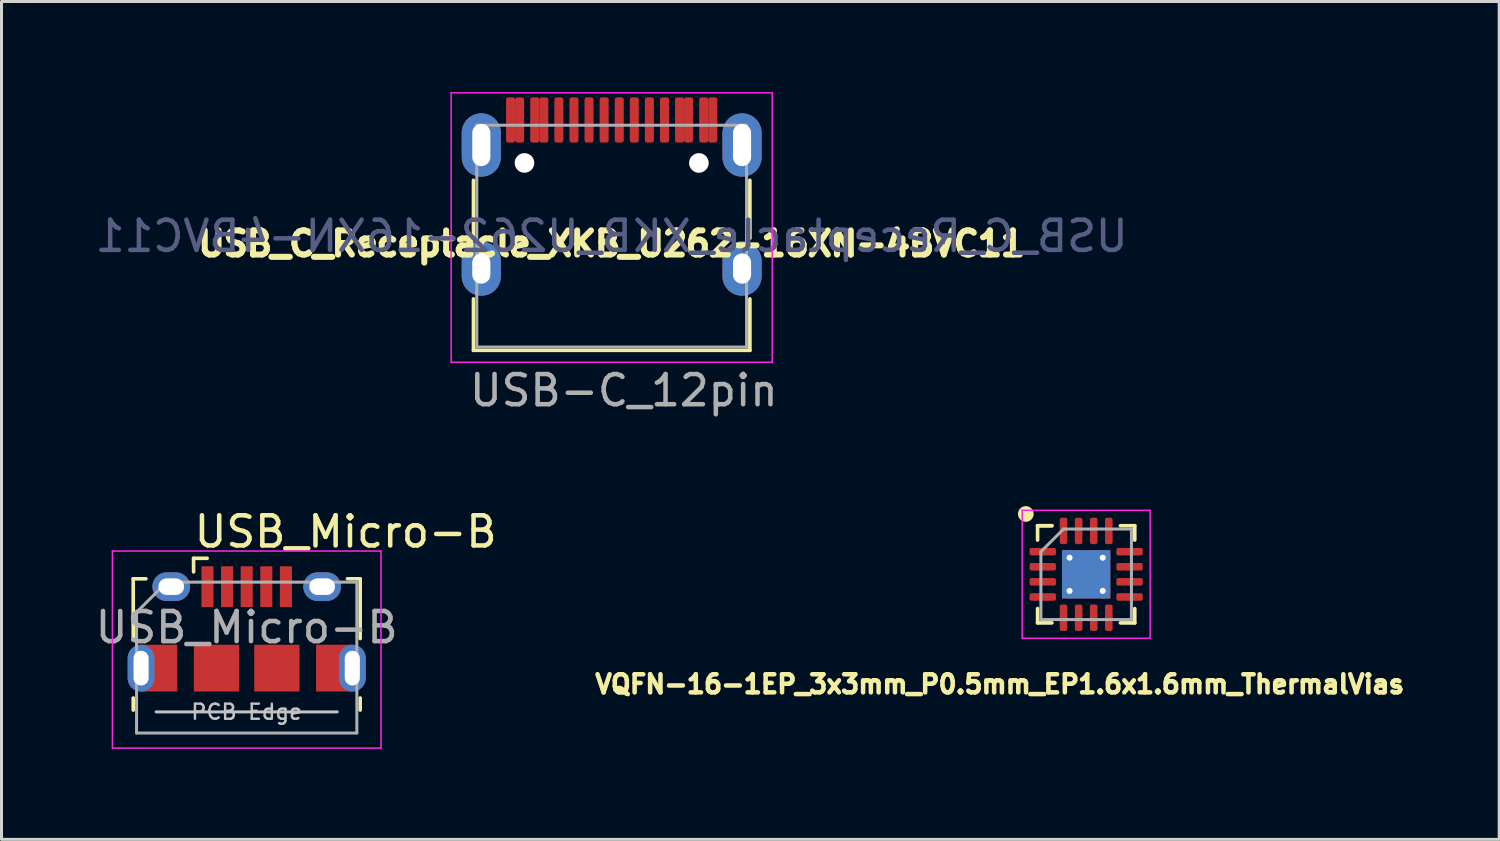
<source format=kicad_pcb>
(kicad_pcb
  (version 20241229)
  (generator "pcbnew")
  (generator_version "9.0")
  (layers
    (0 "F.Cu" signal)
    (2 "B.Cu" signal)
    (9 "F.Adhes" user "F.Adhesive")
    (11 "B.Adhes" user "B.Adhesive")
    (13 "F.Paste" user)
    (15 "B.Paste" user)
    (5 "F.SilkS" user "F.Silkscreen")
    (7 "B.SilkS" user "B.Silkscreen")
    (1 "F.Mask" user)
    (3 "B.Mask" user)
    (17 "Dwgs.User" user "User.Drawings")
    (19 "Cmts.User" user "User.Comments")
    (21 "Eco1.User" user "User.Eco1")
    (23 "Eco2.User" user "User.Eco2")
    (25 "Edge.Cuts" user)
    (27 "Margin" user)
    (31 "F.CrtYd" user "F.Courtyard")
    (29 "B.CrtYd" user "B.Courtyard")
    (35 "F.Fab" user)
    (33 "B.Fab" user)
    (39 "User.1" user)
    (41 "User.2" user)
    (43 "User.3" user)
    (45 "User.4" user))
  (footprint "USB_C_Receptacle_XKB_U262-16XN-4BVC11"
    (layer "F.Cu")
    (at 17.22 4.775)
    (property "Reference" "USB_C_Receptacle_XKB_U262-16XN-4BVC11" (at 0 0.25 180) (layer "F.SilkS") (effects (font (size 0.8 0.8) (thickness 0.3))))
    (attr smd)
    (fp_line (start -4.58 -1.85) (end -4.58 0.07) (stroke (width 0.12) (type solid)) (layer "F.SilkS"))
    (fp_line (start -4.58 3.785) (end -4.58 2.08) (stroke (width 0.12) (type solid)) (layer "F.SilkS"))
    (fp_line (start 4.58 0.07) (end 4.58 -1.85) (stroke (width 0.12) (type solid)) (layer "F.SilkS"))
    (fp_line (start 4.58 2.08) (end 4.58 3.785) (stroke (width 0.12) (type solid)) (layer "F.SilkS"))
    (fp_line (start 4.58 3.785) (end -4.58 3.785) (stroke (width 0.12) (type solid)) (layer "F.SilkS"))
    (fp_line (start -5.32 -4.75) (end 5.32 -4.75) (stroke (width 0.05) (type solid)) (layer "F.CrtYd"))
    (fp_line (start -5.32 4.18) (end -5.32 -4.75) (stroke (width 0.05) (type solid)) (layer "F.CrtYd"))
    (fp_line (start 5.32 -4.75) (end 5.32 4.18) (stroke (width 0.05) (type solid)) (layer "F.CrtYd"))
    (fp_line (start 5.32 4.18) (end -5.32 4.18) (stroke (width 0.05) (type solid)) (layer "F.CrtYd"))
    (fp_line (start -4.47 -3.675) (end -4.47 3.675) (stroke (width 0.1) (type solid)) (layer "F.Fab"))
    (fp_line (start -4.47 -3.675) (end 4.47 -3.675) (stroke (width 0.1) (type solid)) (layer "F.Fab"))
    (fp_line (start -4.47 3.675) (end 4.47 3.675) (stroke (width 0.1) (type solid)) (layer "F.Fab"))
    (fp_line (start 4.47 3.675) (end 4.47 -3.675) (stroke (width 0.1) (type solid)) (layer "F.Fab"))
    (fp_text user "${REFERENCE}" (at 0 0 180) (layer "B.Fab") (effects (font (size 1 1) (thickness 0.15)) (justify mirror)))
    (fp_text user "USB-C_12pin" (at -4.79 5.7 0) (unlocked yes) (layer "F.Fab") (effects (font (size 1 1) (thickness 0.15)) (justify left bottom)))
    (pad "" np_thru_hole circle (at -2.89 -2.425) (size 0.65 0.65) (drill 0.65) (layers "*.Cu" "*.Mask"))
    (pad "" np_thru_hole circle (at 2.89 -2.425) (size 0.65 0.65) (drill 0.65) (layers "*.Cu" "*.Mask"))
    (pad "A1" smd roundrect (at -3.35 -3.85) (size 0.3 1.5) (layers "F.Cu" "F.Mask" "F.Paste") (roundrect_rratio 0.25))
    (pad "A4" smd roundrect (at -2.55 -3.85) (size 0.3 1.5) (layers "F.Cu" "F.Mask" "F.Paste") (roundrect_rratio 0.25))
    (pad "A5" smd roundrect (at -1.25 -3.85) (size 0.3 1.5) (layers "F.Cu" "F.Mask" "F.Paste") (roundrect_rratio 0.25))
    (pad "A6" smd roundrect (at -0.25 -3.85) (size 0.3 1.5) (layers "F.Cu" "F.Mask" "F.Paste") (roundrect_rratio 0.25))
    (pad "A7" smd roundrect (at 0.25 -3.85) (size 0.3 1.5) (layers "F.Cu" "F.Mask" "F.Paste") (roundrect_rratio 0.25))
    (pad "A8" smd roundrect (at 1.25 -3.85) (size 0.3 1.5) (layers "F.Cu" "F.Mask" "F.Paste") (roundrect_rratio 0.25))
    (pad "A9" smd roundrect (at 2.55 -3.85) (size 0.3 1.5) (layers "F.Cu" "F.Mask" "F.Paste") (roundrect_rratio 0.25))
    (pad "A12" smd roundrect (at 3.35 -3.85) (size 0.3 1.5) (layers "F.Cu" "F.Mask" "F.Paste") (roundrect_rratio 0.25))
    (pad "B1" smd roundrect (at 3.05 -3.85) (size 0.3 1.5) (layers "F.Cu" "F.Mask" "F.Paste") (roundrect_rratio 0.25))
    (pad "B4" smd roundrect (at 2.25 -3.85) (size 0.3 1.5) (layers "F.Cu" "F.Mask" "F.Paste") (roundrect_rratio 0.25))
    (pad "B5" smd roundrect (at 1.75 -3.85) (size 0.3 1.5) (layers "F.Cu" "F.Mask" "F.Paste") (roundrect_rratio 0.25))
    (pad "B6" smd roundrect (at 0.75 -3.85) (size 0.3 1.5) (layers "F.Cu" "F.Mask" "F.Paste") (roundrect_rratio 0.25))
    (pad "B7" smd roundrect (at -0.75 -3.85) (size 0.3 1.5) (layers "F.Cu" "F.Mask" "F.Paste") (roundrect_rratio 0.25))
    (pad "B8" smd roundrect (at -1.75 -3.85) (size 0.3 1.5) (layers "F.Cu" "F.Mask" "F.Paste") (roundrect_rratio 0.25))
    (pad "B9" smd roundrect (at -2.25 -3.85) (size 0.3 1.5) (layers "F.Cu" "F.Mask" "F.Paste") (roundrect_rratio 0.25))
    (pad "B12" smd roundrect (at -3.05 -3.85) (size 0.3 1.5) (layers "F.Cu" "F.Mask" "F.Paste") (roundrect_rratio 0.25))
    (pad "S1" thru_hole oval (at -4.32 -3.02) (size 1.3 2.1) (drill oval 0.6 1.4) (layers "*.Cu" "*.Mask"))
    (pad "S1" thru_hole oval (at -4.32 1.075) (size 1.3 1.8) (drill oval 0.6 1) (layers "*.Cu" "*.Mask"))
    (pad "S1" thru_hole oval (at 4.32 -3.02) (size 1.3 2.1) (drill oval 0.6 1.4) (layers "*.Cu" "*.Mask"))
    (pad "S1" thru_hole oval (at 4.32 1.075) (size 1.3 1.8) (drill oval 0.6 1) (layers "*.Cu" "*.Mask")))
  (footprint "VQFN-16-1EP_3x3mm_P0.5mm_EP1.6x1.6mm_ThermalVias"
    (layer "F.Cu")
    (at 32.944 15.982)
    (property "Reference" "VQFN-16-1EP_3x3mm_P0.5mm_EP1.6x1.6mm_ThermalVias" (at -2.864 3.642 180) (layer "F.SilkS") (effects (font (size 0.6 0.6) (thickness 0.15))))
    (attr smd)
    (fp_line (start -1.61 -1.61) (end -1.135 -1.61) (stroke (width 0.12) (type solid)) (layer "F.SilkS"))
    (fp_line (start -1.61 -1.135) (end -1.61 -1.61) (stroke (width 0.12) (type solid)) (layer "F.SilkS"))
    (fp_line (start -1.61 1.61) (end -1.61 1.135) (stroke (width 0.12) (type solid)) (layer "F.SilkS"))
    (fp_line (start -1.135 -1.61) (end -1.61 -1.61) (stroke (width 0.12) (type solid)) (layer "F.SilkS"))
    (fp_line (start -1.135 1.61) (end -1.61 1.61) (stroke (width 0.12) (type solid)) (layer "F.SilkS"))
    (fp_line (start 1.135 -1.61) (end 1.61 -1.61) (stroke (width 0.12) (type solid)) (layer "F.SilkS"))
    (fp_line (start 1.135 1.61) (end 1.61 1.61) (stroke (width 0.12) (type solid)) (layer "F.SilkS"))
    (fp_line (start 1.61 -1.61) (end 1.61 -1.135) (stroke (width 0.12) (type solid)) (layer "F.SilkS"))
    (fp_line (start 1.61 1.61) (end 1.61 1.135) (stroke (width 0.12) (type solid)) (layer "F.SilkS"))
    (fp_circle (center -2 -2) (end -1.8 -2) (stroke (width 0.12) (type solid)) (fill yes) (layer "F.SilkS"))
    (fp_line (start -2.12 -2.12) (end -2.12 2.12) (stroke (width 0.05) (type solid)) (layer "F.CrtYd"))
    (fp_line (start -2.12 2.12) (end 2.12 2.12) (stroke (width 0.05) (type solid)) (layer "F.CrtYd"))
    (fp_line (start 2.12 -2.12) (end -2.12 -2.12) (stroke (width 0.05) (type solid)) (layer "F.CrtYd"))
    (fp_line (start 2.12 2.12) (end 2.12 -2.12) (stroke (width 0.05) (type solid)) (layer "F.CrtYd"))
    (fp_line (start -1.5 -0.75) (end -0.75 -1.5) (stroke (width 0.1) (type solid)) (layer "F.Fab"))
    (fp_line (start -1.5 1.5) (end -1.5 -0.75) (stroke (width 0.1) (type solid)) (layer "F.Fab"))
    (fp_line (start -0.75 -1.5) (end 1.5 -1.5) (stroke (width 0.1) (type solid)) (layer "F.Fab"))
    (fp_line (start 1.5 -1.5) (end 1.5 1.5) (stroke (width 0.1) (type solid)) (layer "F.Fab"))
    (fp_line (start 1.5 1.5) (end -1.5 1.5) (stroke (width 0.1) (type solid)) (layer "F.Fab"))
    (pad "" smd roundrect (at -0.4 -0.4) (size 0.69 0.69) (layers "F.Paste") (roundrect_rratio 0.25))
    (pad "" smd roundrect (at -0.4 0.4) (size 0.69 0.69) (layers "F.Paste") (roundrect_rratio 0.25))
    (pad "" smd roundrect (at 0.4 -0.4) (size 0.69 0.69) (layers "F.Paste") (roundrect_rratio 0.25))
    (pad "" smd roundrect (at 0.4 0.4) (size 0.69 0.69) (layers "F.Paste") (roundrect_rratio 0.25))
    (pad "1" smd roundrect (at -1.438 -0.75) (size 0.875 0.25) (layers "F.Cu" "F.Mask" "F.Paste") (roundrect_rratio 0.25))
    (pad "2" smd roundrect (at -1.438 -0.25) (size 0.875 0.25) (layers "F.Cu" "F.Mask" "F.Paste") (roundrect_rratio 0.25))
    (pad "3" smd roundrect (at -1.438 0.25) (size 0.875 0.25) (layers "F.Cu" "F.Mask" "F.Paste") (roundrect_rratio 0.25))
    (pad "4" smd roundrect (at -1.438 0.75) (size 0.875 0.25) (layers "F.Cu" "F.Mask" "F.Paste") (roundrect_rratio 0.25))
    (pad "5" smd roundrect (at -0.75 1.438) (size 0.25 0.875) (layers "F.Cu" "F.Mask" "F.Paste") (roundrect_rratio 0.25))
    (pad "6" smd roundrect (at -0.25 1.438) (size 0.25 0.875) (layers "F.Cu" "F.Mask" "F.Paste") (roundrect_rratio 0.25))
    (pad "7" smd roundrect (at 0.25 1.438) (size 0.25 0.875) (layers "F.Cu" "F.Mask" "F.Paste") (roundrect_rratio 0.25))
    (pad "8" smd roundrect (at 0.75 1.438) (size 0.25 0.875) (layers "F.Cu" "F.Mask" "F.Paste") (roundrect_rratio 0.25))
    (pad "9" smd roundrect (at 1.438 0.75) (size 0.875 0.25) (layers "F.Cu" "F.Mask" "F.Paste") (roundrect_rratio 0.25))
    (pad "10" smd roundrect (at 1.438 0.25) (size 0.875 0.25) (layers "F.Cu" "F.Mask" "F.Paste") (roundrect_rratio 0.25))
    (pad "11" smd roundrect (at 1.438 -0.25) (size 0.875 0.25) (layers "F.Cu" "F.Mask" "F.Paste") (roundrect_rratio 0.25))
    (pad "12" smd roundrect (at 1.438 -0.75) (size 0.875 0.25) (layers "F.Cu" "F.Mask" "F.Paste") (roundrect_rratio 0.25))
    (pad "13" smd roundrect (at 0.75 -1.438) (size 0.25 0.875) (layers "F.Cu" "F.Mask" "F.Paste") (roundrect_rratio 0.25))
    (pad "14" smd roundrect (at 0.25 -1.438) (size 0.25 0.875) (layers "F.Cu" "F.Mask" "F.Paste") (roundrect_rratio 0.25))
    (pad "15" smd roundrect (at -0.25 -1.438) (size 0.25 0.875) (layers "F.Cu" "F.Mask" "F.Paste") (roundrect_rratio 0.25))
    (pad "16" smd roundrect (at -0.75 -1.438) (size 0.25 0.875) (layers "F.Cu" "F.Mask" "F.Paste") (roundrect_rratio 0.25))
    (pad "17" thru_hole circle (at -0.55 -0.55) (size 0.5 0.5) (drill 0.2) (layers "*.Cu"))
    (pad "17" thru_hole circle (at -0.55 0.55) (size 0.5 0.5) (drill 0.2) (layers "*.Cu"))
    (pad "17" smd rect (at 0 0) (size 1.6 1.6) (layers "F.Cu" "F.Mask"))
    (pad "17" smd rect (at 0 0) (size 1.6 1.6) (layers "B.Cu"))
    (pad "17" thru_hole circle (at 0.55 -0.55) (size 0.5 0.5) (drill 0.2) (layers "*.Cu"))
    (pad "17" thru_hole circle (at 0.55 0.55) (size 0.5 0.5) (drill 0.2) (layers "*.Cu")))
  (footprint "USB_Micro-B"
    (layer "F.Cu")
    (at 5.125 17.791)
    (property "Reference" "USB_Micro-B" (at 3.28 -3.221 180) (layer "F.SilkS") (effects (font (size 1 1) (thickness 0.15))))
    (attr smd)
    (fp_line (start -3.76 -1.66) (end -3.34 -1.66) (stroke (width 0.12) (type solid)) (layer "F.SilkS"))
    (fp_line (start -3.76 0.32) (end -3.76 -1.66) (stroke (width 0.12) (type solid)) (layer "F.SilkS"))
    (fp_line (start -3.76 2.69) (end -3.76 2.29) (stroke (width 0.12) (type solid)) (layer "F.SilkS"))
    (fp_line (start -1.76 -1.89) (end -1.76 -2.34) (stroke (width 0.12) (type solid)) (layer "F.SilkS"))
    (fp_line (start -1.31 -2.34) (end -1.76 -2.34) (stroke (width 0.12) (type solid)) (layer "F.SilkS"))
    (fp_line (start 3.76 -1.66) (end 3.34 -1.66) (stroke (width 0.12) (type solid)) (layer "F.SilkS"))
    (fp_line (start 3.76 0.32) (end 3.76 -1.66) (stroke (width 0.12) (type solid)) (layer "F.SilkS"))
    (fp_line (start 3.76 2.29) (end 3.76 2.69) (stroke (width 0.12) (type solid)) (layer "F.SilkS"))
    (fp_line (start 3 2.75) (end -3 2.75) (stroke (width 0.1) (type solid)) (layer "Dwgs.User"))
    (fp_line (start -4.45 -2.58) (end -4.45 3.95) (stroke (width 0.05) (type solid)) (layer "F.CrtYd"))
    (fp_line (start -4.45 -2.58) (end 4.45 -2.58) (stroke (width 0.05) (type solid)) (layer "F.CrtYd"))
    (fp_line (start -4.45 3.95) (end 4.45 3.95) (stroke (width 0.05) (type solid)) (layer "F.CrtYd"))
    (fp_line (start 4.45 -2.58) (end 4.45 3.95) (stroke (width 0.05) (type solid)) (layer "F.CrtYd"))
    (fp_line (start -3.65 -0.55) (end -2.65 -1.55) (stroke (width 0.1) (type solid)) (layer "F.Fab"))
    (fp_line (start -3.65 3.45) (end -3.65 -0.55) (stroke (width 0.1) (type solid)) (layer "F.Fab"))
    (fp_line (start -2.65 -1.55) (end 3.65 -1.55) (stroke (width 0.1) (type solid)) (layer "F.Fab"))
    (fp_line (start 3.65 -1.55) (end 3.65 3.45) (stroke (width 0.1) (type solid)) (layer "F.Fab"))
    (fp_line (start 3.65 3.45) (end -3.65 3.45) (stroke (width 0.1) (type solid)) (layer "F.Fab"))
    (fp_text user "PCB Edge" (at 0 2.75 180) (layer "Dwgs.User") (effects (font (size 0.5 0.5) (thickness 0.08))))
    (fp_text user "${REFERENCE}" (at 0 -0.05 180) (layer "F.Fab") (effects (font (size 1 1) (thickness 0.15))))
    (pad "" smd oval (at -3.5 1.3) (size 0.89 1.55) (layers "F.Paste"))
    (pad "" smd oval (at -2.5 -1.4) (size 1.25 0.95) (layers "F.Paste"))
    (pad "" smd oval (at 2.5 -1.4) (size 1.25 0.95) (layers "F.Paste"))
    (pad "" smd oval (at 3.5 1.3) (size 0.89 1.55) (layers "F.Paste"))
    (pad "1" smd rect (at -1.3 -1.4) (size 0.4 1.35) (layers "F.Cu" "F.Mask" "F.Paste"))
    (pad "2" smd rect (at -0.65 -1.4) (size 0.4 1.35) (layers "F.Cu" "F.Mask" "F.Paste"))
    (pad "3" smd rect (at 0 -1.4) (size 0.4 1.35) (layers "F.Cu" "F.Mask" "F.Paste"))
    (pad "4" smd rect (at 0.65 -1.4) (size 0.4 1.35) (layers "F.Cu" "F.Mask" "F.Paste"))
    (pad "5" smd rect (at 1.3 -1.4) (size 0.4 1.35) (layers "F.Cu" "F.Mask" "F.Paste"))
    (pad "6" thru_hole oval (at -3.5 1.3) (size 0.89 1.55) (drill oval 0.5 1.15) (layers "*.Cu" "*.Mask"))
    (pad "6" smd rect (at -2.9 1.3) (size 1.2 1.55) (layers "F.Cu" "F.Mask" "F.Paste"))
    (pad "6" thru_hole oval (at -2.5 -1.4) (size 1.25 0.95) (drill oval 0.85 0.55) (layers "*.Cu" "*.Mask"))
    (pad "6" smd rect (at -1 1.3) (size 1.5 1.55) (layers "F.Cu" "F.Mask" "F.Paste"))
    (pad "6" smd rect (at 1 1.3) (size 1.5 1.55) (layers "F.Cu" "F.Mask" "F.Paste"))
    (pad "6" thru_hole oval (at 2.5 -1.4) (size 1.25 0.95) (drill oval 0.85 0.55) (layers "*.Cu" "*.Mask"))
    (pad "6" smd rect (at 2.9 1.3) (size 1.2 1.55) (layers "F.Cu" "F.Mask" "F.Paste"))
    (pad "6" thru_hole oval (at 3.5 1.3) (size 0.89 1.55) (drill oval 0.5 1.15) (layers "*.Cu" "*.Mask")))
  (gr_rect
    (start -3 -3)
    (end 46.631 24.766)
    (stroke (width 0.1) (type default))
    (fill no)
    (layer "Edge.Cuts")))
</source>
